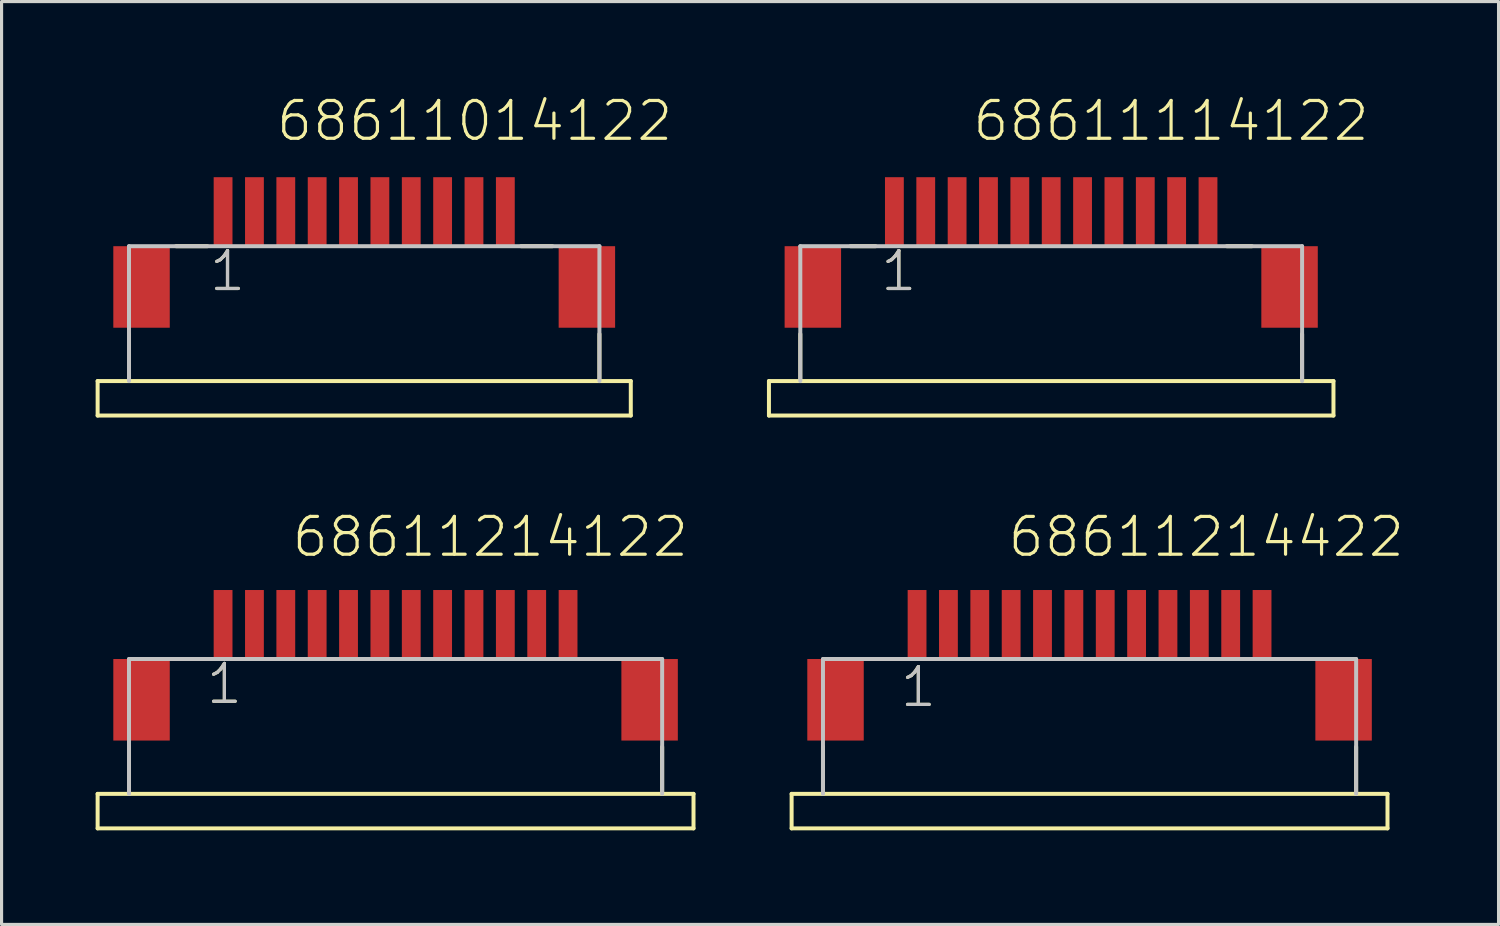
<source format=kicad_pcb>
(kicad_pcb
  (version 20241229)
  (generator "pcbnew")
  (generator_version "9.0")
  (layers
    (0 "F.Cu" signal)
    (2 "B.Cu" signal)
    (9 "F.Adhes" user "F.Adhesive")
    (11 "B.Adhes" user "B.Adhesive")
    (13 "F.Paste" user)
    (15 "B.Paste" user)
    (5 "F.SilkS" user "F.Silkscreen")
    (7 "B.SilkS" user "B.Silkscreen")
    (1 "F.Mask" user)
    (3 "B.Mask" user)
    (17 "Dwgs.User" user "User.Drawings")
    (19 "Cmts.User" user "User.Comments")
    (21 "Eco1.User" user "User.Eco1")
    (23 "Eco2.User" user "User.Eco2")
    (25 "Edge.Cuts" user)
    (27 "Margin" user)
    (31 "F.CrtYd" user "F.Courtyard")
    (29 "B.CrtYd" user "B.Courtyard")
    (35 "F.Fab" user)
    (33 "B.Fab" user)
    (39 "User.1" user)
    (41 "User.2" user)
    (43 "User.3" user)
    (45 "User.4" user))
  (footprint "68611014122"
    (layer "F.Cu")
    (at 8.563 6.1)
    (property "Reference" "68611014122" (at -2.862 -4.588 0) (layer "F.SilkS") (effects (font (size 1.206 1.206) (thickness 0.102)) (justify left bottom)))
    (attr through_hole)
    (fp_line (start -8.5 3) (end -7.5 3) (stroke (width 0.127) (type solid)) (layer "F.SilkS"))
    (fp_line (start -8.5 4.1) (end -8.5 3) (stroke (width 0.127) (type solid)) (layer "F.SilkS"))
    (fp_line (start -7.5 1.5) (end -7.5 3) (stroke (width 0.127) (type solid)) (layer "F.SilkS"))
    (fp_line (start -7.5 3) (end 7.5 3) (stroke (width 0.127) (type solid)) (layer "F.SilkS"))
    (fp_line (start -6 -1.3) (end -5 -1.3) (stroke (width 0.127) (type solid)) (layer "F.SilkS"))
    (fp_line (start 5 -1.3) (end 6 -1.3) (stroke (width 0.127) (type solid)) (layer "F.SilkS"))
    (fp_line (start 7.5 1.5) (end 7.5 3) (stroke (width 0.127) (type solid)) (layer "F.SilkS"))
    (fp_line (start 7.5 3) (end 8.5 3) (stroke (width 0.127) (type solid)) (layer "F.SilkS"))
    (fp_line (start 8.5 3) (end 8.5 4.1) (stroke (width 0.127) (type solid)) (layer "F.SilkS"))
    (fp_line (start 8.5 4.1) (end -8.5 4.1) (stroke (width 0.127) (type solid)) (layer "F.SilkS"))
    (fp_line (start -7.5 -1.3) (end 7.5 -1.3) (stroke (width 0.127) (type solid)) (layer "Dwgs.User"))
    (fp_line (start -7.5 3) (end -7.5 -1.3) (stroke (width 0.127) (type solid)) (layer "Dwgs.User"))
    (fp_line (start 7.5 -1.3) (end 7.5 3) (stroke (width 0.127) (type solid)) (layer "Dwgs.User"))
    (fp_text user "1" (at -5 0.2 0) (layer "F.SilkS") (effects (font (size 1.206 1.206) (thickness 0.102)) (justify left bottom)))
    (fp_text user "1" (at -5 0.2 0) (layer "Dwgs.User") (effects (font (size 1.206 1.206) (thickness 0.102)) (justify left bottom)))
    (pad "1" smd rect (at -4.5 -2.4) (size 0.6 2.2) (layers "F.Cu" "F.Mask" "F.Paste"))
    (pad "2" smd rect (at -3.5 -2.4) (size 0.6 2.2) (layers "F.Cu" "F.Mask" "F.Paste"))
    (pad "3" smd rect (at -2.5 -2.4) (size 0.6 2.2) (layers "F.Cu" "F.Mask" "F.Paste"))
    (pad "4" smd rect (at -1.5 -2.4) (size 0.6 2.2) (layers "F.Cu" "F.Mask" "F.Paste"))
    (pad "5" smd rect (at -0.5 -2.4) (size 0.6 2.2) (layers "F.Cu" "F.Mask" "F.Paste"))
    (pad "6" smd rect (at 0.5 -2.4) (size 0.6 2.2) (layers "F.Cu" "F.Mask" "F.Paste"))
    (pad "7" smd rect (at 1.5 -2.4) (size 0.6 2.2) (layers "F.Cu" "F.Mask" "F.Paste"))
    (pad "8" smd rect (at 2.5 -2.4) (size 0.6 2.2) (layers "F.Cu" "F.Mask" "F.Paste"))
    (pad "9" smd rect (at 3.5 -2.4) (size 0.6 2.2) (layers "F.Cu" "F.Mask" "F.Paste"))
    (pad "10" smd rect (at 4.5 -2.4) (size 0.6 2.2) (layers "F.Cu" "F.Mask" "F.Paste"))
    (pad "Z1" smd rect (at -7.1 0) (size 1.8 2.6) (layers "F.Cu" "F.Mask" "F.Paste"))
    (pad "Z2" smd rect (at 7.1 0) (size 1.8 2.6) (layers "F.Cu" "F.Mask" "F.Paste")))
  (footprint "68611114122"
    (layer "F.Cu")
    (at 30.468 6.1)
    (property "Reference" "68611114122" (at -2.562 -4.588 0) (layer "F.SilkS") (effects (font (size 1.206 1.206) (thickness 0.102)) (justify left bottom)))
    (attr through_hole)
    (fp_line (start -9 3) (end -8 3) (stroke (width 0.127) (type solid)) (layer "F.SilkS"))
    (fp_line (start -9 4.1) (end -9 3) (stroke (width 0.127) (type solid)) (layer "F.SilkS"))
    (fp_line (start -8 1.5) (end -8 3) (stroke (width 0.127) (type solid)) (layer "F.SilkS"))
    (fp_line (start -8 3) (end 8 3) (stroke (width 0.127) (type solid)) (layer "F.SilkS"))
    (fp_line (start -6.4 -1.3) (end -5.6 -1.3) (stroke (width 0.127) (type solid)) (layer "F.SilkS"))
    (fp_line (start 5.6 -1.3) (end 6.4 -1.3) (stroke (width 0.127) (type solid)) (layer "F.SilkS"))
    (fp_line (start 8 1.5) (end 8 3) (stroke (width 0.127) (type solid)) (layer "F.SilkS"))
    (fp_line (start 8 3) (end 9 3) (stroke (width 0.127) (type solid)) (layer "F.SilkS"))
    (fp_line (start 9 3) (end 9 4.1) (stroke (width 0.127) (type solid)) (layer "F.SilkS"))
    (fp_line (start 9 4.1) (end -9 4.1) (stroke (width 0.127) (type solid)) (layer "F.SilkS"))
    (fp_line (start -8 -1.3) (end 8 -1.3) (stroke (width 0.127) (type solid)) (layer "Dwgs.User"))
    (fp_line (start -8 3) (end -8 -1.3) (stroke (width 0.127) (type solid)) (layer "Dwgs.User"))
    (fp_line (start 8 -1.3) (end 8 3) (stroke (width 0.127) (type solid)) (layer "Dwgs.User"))
    (fp_text user "1" (at -5.5 0.2 0) (layer "F.SilkS") (effects (font (size 1.206 1.206) (thickness 0.102)) (justify left bottom)))
    (fp_text user "1" (at -5.5 0.2 0) (layer "Dwgs.User") (effects (font (size 1.206 1.206) (thickness 0.102)) (justify left bottom)))
    (pad "1" smd rect (at -5 -2.4) (size 0.6 2.2) (layers "F.Cu" "F.Mask" "F.Paste"))
    (pad "2" smd rect (at -4 -2.4) (size 0.6 2.2) (layers "F.Cu" "F.Mask" "F.Paste"))
    (pad "3" smd rect (at -3 -2.4) (size 0.6 2.2) (layers "F.Cu" "F.Mask" "F.Paste"))
    (pad "4" smd rect (at -2 -2.4) (size 0.6 2.2) (layers "F.Cu" "F.Mask" "F.Paste"))
    (pad "5" smd rect (at -1 -2.4) (size 0.6 2.2) (layers "F.Cu" "F.Mask" "F.Paste"))
    (pad "6" smd rect (at 0 -2.4) (size 0.6 2.2) (layers "F.Cu" "F.Mask" "F.Paste"))
    (pad "7" smd rect (at 1 -2.4) (size 0.6 2.2) (layers "F.Cu" "F.Mask" "F.Paste"))
    (pad "8" smd rect (at 2 -2.4) (size 0.6 2.2) (layers "F.Cu" "F.Mask" "F.Paste"))
    (pad "9" smd rect (at 3 -2.4) (size 0.6 2.2) (layers "F.Cu" "F.Mask" "F.Paste"))
    (pad "10" smd rect (at 4 -2.4) (size 0.6 2.2) (layers "F.Cu" "F.Mask" "F.Paste"))
    (pad "11" smd rect (at 5 -2.4) (size 0.6 2.2) (layers "F.Cu" "F.Mask" "F.Paste"))
    (pad "Z1" smd rect (at -7.6 0) (size 1.8 2.6) (layers "F.Cu" "F.Mask" "F.Paste"))
    (pad "Z2" smd rect (at 7.6 0) (size 1.8 2.6) (layers "F.Cu" "F.Mask" "F.Paste")))
  (footprint "68611214122"
    (layer "F.Cu")
    (at 9.563 19.263)
    (property "Reference" "68611214122" (at -3.362 -4.489 0) (layer "F.SilkS") (effects (font (size 1.206 1.206) (thickness 0.102)) (justify left bottom)))
    (attr through_hole)
    (fp_line (start -9.5 3) (end -8.5 3) (stroke (width 0.127) (type solid)) (layer "F.SilkS"))
    (fp_line (start -9.5 4.1) (end -9.5 3) (stroke (width 0.127) (type solid)) (layer "F.SilkS"))
    (fp_line (start -8.5 1.5) (end -8.5 3) (stroke (width 0.127) (type solid)) (layer "F.SilkS"))
    (fp_line (start -8.5 3) (end 8.5 3) (stroke (width 0.127) (type solid)) (layer "F.SilkS"))
    (fp_line (start -7 -1.3) (end -6 -1.3) (stroke (width 0.127) (type solid)) (layer "F.SilkS"))
    (fp_line (start 6 -1.3) (end 7 -1.3) (stroke (width 0.127) (type solid)) (layer "F.SilkS"))
    (fp_line (start 8.5 1.5) (end 8.5 3) (stroke (width 0.127) (type solid)) (layer "F.SilkS"))
    (fp_line (start 8.5 3) (end 9.5 3) (stroke (width 0.127) (type solid)) (layer "F.SilkS"))
    (fp_line (start 9.5 3) (end 9.5 4.1) (stroke (width 0.127) (type solid)) (layer "F.SilkS"))
    (fp_line (start 9.5 4.1) (end -9.5 4.1) (stroke (width 0.127) (type solid)) (layer "F.SilkS"))
    (fp_line (start -8.5 -1.3) (end 8.5 -1.3) (stroke (width 0.127) (type solid)) (layer "Dwgs.User"))
    (fp_line (start -8.5 3) (end -8.5 -1.3) (stroke (width 0.127) (type solid)) (layer "Dwgs.User"))
    (fp_line (start 8.5 -1.3) (end 8.5 3) (stroke (width 0.127) (type solid)) (layer "Dwgs.User"))
    (fp_text user "1" (at -6.1 0.2 0) (layer "F.SilkS") (effects (font (size 1.206 1.206) (thickness 0.102)) (justify left bottom)))
    (fp_text user "1" (at -6.1 0.2 0) (layer "Dwgs.User") (effects (font (size 1.206 1.206) (thickness 0.102)) (justify left bottom)))
    (pad "1" smd rect (at -5.5 -2.4) (size 0.6 2.2) (layers "F.Cu" "F.Mask" "F.Paste"))
    (pad "2" smd rect (at -4.5 -2.4) (size 0.6 2.2) (layers "F.Cu" "F.Mask" "F.Paste"))
    (pad "3" smd rect (at -3.5 -2.4) (size 0.6 2.2) (layers "F.Cu" "F.Mask" "F.Paste"))
    (pad "4" smd rect (at -2.5 -2.4) (size 0.6 2.2) (layers "F.Cu" "F.Mask" "F.Paste"))
    (pad "5" smd rect (at -1.5 -2.4) (size 0.6 2.2) (layers "F.Cu" "F.Mask" "F.Paste"))
    (pad "6" smd rect (at -0.5 -2.4) (size 0.6 2.2) (layers "F.Cu" "F.Mask" "F.Paste"))
    (pad "7" smd rect (at 0.5 -2.4) (size 0.6 2.2) (layers "F.Cu" "F.Mask" "F.Paste"))
    (pad "8" smd rect (at 1.5 -2.4) (size 0.6 2.2) (layers "F.Cu" "F.Mask" "F.Paste"))
    (pad "9" smd rect (at 2.5 -2.4) (size 0.6 2.2) (layers "F.Cu" "F.Mask" "F.Paste"))
    (pad "10" smd rect (at 3.5 -2.4) (size 0.6 2.2) (layers "F.Cu" "F.Mask" "F.Paste"))
    (pad "11" smd rect (at 4.5 -2.4) (size 0.6 2.2) (layers "F.Cu" "F.Mask" "F.Paste"))
    (pad "12" smd rect (at 5.5 -2.4) (size 0.6 2.2) (layers "F.Cu" "F.Mask" "F.Paste"))
    (pad "Z1" smd rect (at -8.1 0) (size 1.8 2.6) (layers "F.Cu" "F.Mask" "F.Paste"))
    (pad "Z2" smd rect (at 8.1 0) (size 1.8 2.6) (layers "F.Cu" "F.Mask" "F.Paste")))
  (footprint "68611214422"
    (layer "F.Cu")
    (at 31.691 19.263)
    (property "Reference" "68611214422" (at -2.662 -4.489 0) (layer "F.SilkS") (effects (font (size 1.206 1.206) (thickness 0.102)) (justify left bottom)))
    (attr through_hole)
    (fp_line (start -9.5 3) (end -8.5 3) (stroke (width 0.127) (type solid)) (layer "F.SilkS"))
    (fp_line (start -9.5 4.1) (end -9.5 3) (stroke (width 0.127) (type solid)) (layer "F.SilkS"))
    (fp_line (start -8.5 1.5) (end -8.5 3) (stroke (width 0.127) (type solid)) (layer "F.SilkS"))
    (fp_line (start -8.5 3) (end 8.5 3) (stroke (width 0.127) (type solid)) (layer "F.SilkS"))
    (fp_line (start -7 -1.3) (end -6 -1.3) (stroke (width 0.127) (type solid)) (layer "F.SilkS"))
    (fp_line (start 6 -1.3) (end 7 -1.3) (stroke (width 0.127) (type solid)) (layer "F.SilkS"))
    (fp_line (start 8.5 1.5) (end 8.5 3) (stroke (width 0.127) (type solid)) (layer "F.SilkS"))
    (fp_line (start 8.5 3) (end 9.5 3) (stroke (width 0.127) (type solid)) (layer "F.SilkS"))
    (fp_line (start 9.5 3) (end 9.5 4.1) (stroke (width 0.127) (type solid)) (layer "F.SilkS"))
    (fp_line (start 9.5 4.1) (end -9.5 4.1) (stroke (width 0.127) (type solid)) (layer "F.SilkS"))
    (fp_line (start -8.5 -1.3) (end 8.5 -1.3) (stroke (width 0.127) (type solid)) (layer "Dwgs.User"))
    (fp_line (start -8.5 3) (end -8.5 -1.3) (stroke (width 0.127) (type solid)) (layer "Dwgs.User"))
    (fp_line (start 8.5 -1.3) (end 8.5 3) (stroke (width 0.127) (type solid)) (layer "Dwgs.User"))
    (fp_text user "1" (at -6.1 0.3 0) (layer "F.SilkS") (effects (font (size 1.206 1.206) (thickness 0.102)) (justify left bottom)))
    (fp_text user "1" (at -6.1 0.3 0) (layer "Dwgs.User") (effects (font (size 1.206 1.206) (thickness 0.102)) (justify left bottom)))
    (pad "1" smd rect (at -5.5 -2.4) (size 0.6 2.2) (layers "F.Cu" "F.Mask" "F.Paste"))
    (pad "2" smd rect (at -4.5 -2.4) (size 0.6 2.2) (layers "F.Cu" "F.Mask" "F.Paste"))
    (pad "3" smd rect (at -3.5 -2.4) (size 0.6 2.2) (layers "F.Cu" "F.Mask" "F.Paste"))
    (pad "4" smd rect (at -2.5 -2.4) (size 0.6 2.2) (layers "F.Cu" "F.Mask" "F.Paste"))
    (pad "5" smd rect (at -1.5 -2.4) (size 0.6 2.2) (layers "F.Cu" "F.Mask" "F.Paste"))
    (pad "6" smd rect (at -0.5 -2.4) (size 0.6 2.2) (layers "F.Cu" "F.Mask" "F.Paste"))
    (pad "7" smd rect (at 0.5 -2.4) (size 0.6 2.2) (layers "F.Cu" "F.Mask" "F.Paste"))
    (pad "8" smd rect (at 1.5 -2.4) (size 0.6 2.2) (layers "F.Cu" "F.Mask" "F.Paste"))
    (pad "9" smd rect (at 2.5 -2.4) (size 0.6 2.2) (layers "F.Cu" "F.Mask" "F.Paste"))
    (pad "10" smd rect (at 3.5 -2.4) (size 0.6 2.2) (layers "F.Cu" "F.Mask" "F.Paste"))
    (pad "11" smd rect (at 4.5 -2.4) (size 0.6 2.2) (layers "F.Cu" "F.Mask" "F.Paste"))
    (pad "12" smd rect (at 5.5 -2.4) (size 0.6 2.2) (layers "F.Cu" "F.Mask" "F.Paste"))
    (pad "Z1" smd rect (at -8.1 0) (size 1.8 2.6) (layers "F.Cu" "F.Mask" "F.Paste"))
    (pad "Z2" smd rect (at 8.1 0) (size 1.8 2.6) (layers "F.Cu" "F.Mask" "F.Paste")))
  (gr_rect
    (start -3 -3)
    (end 44.732 26.427)
    (stroke (width 0.1) (type default))
    (fill no)
    (layer "Edge.Cuts")))
</source>
